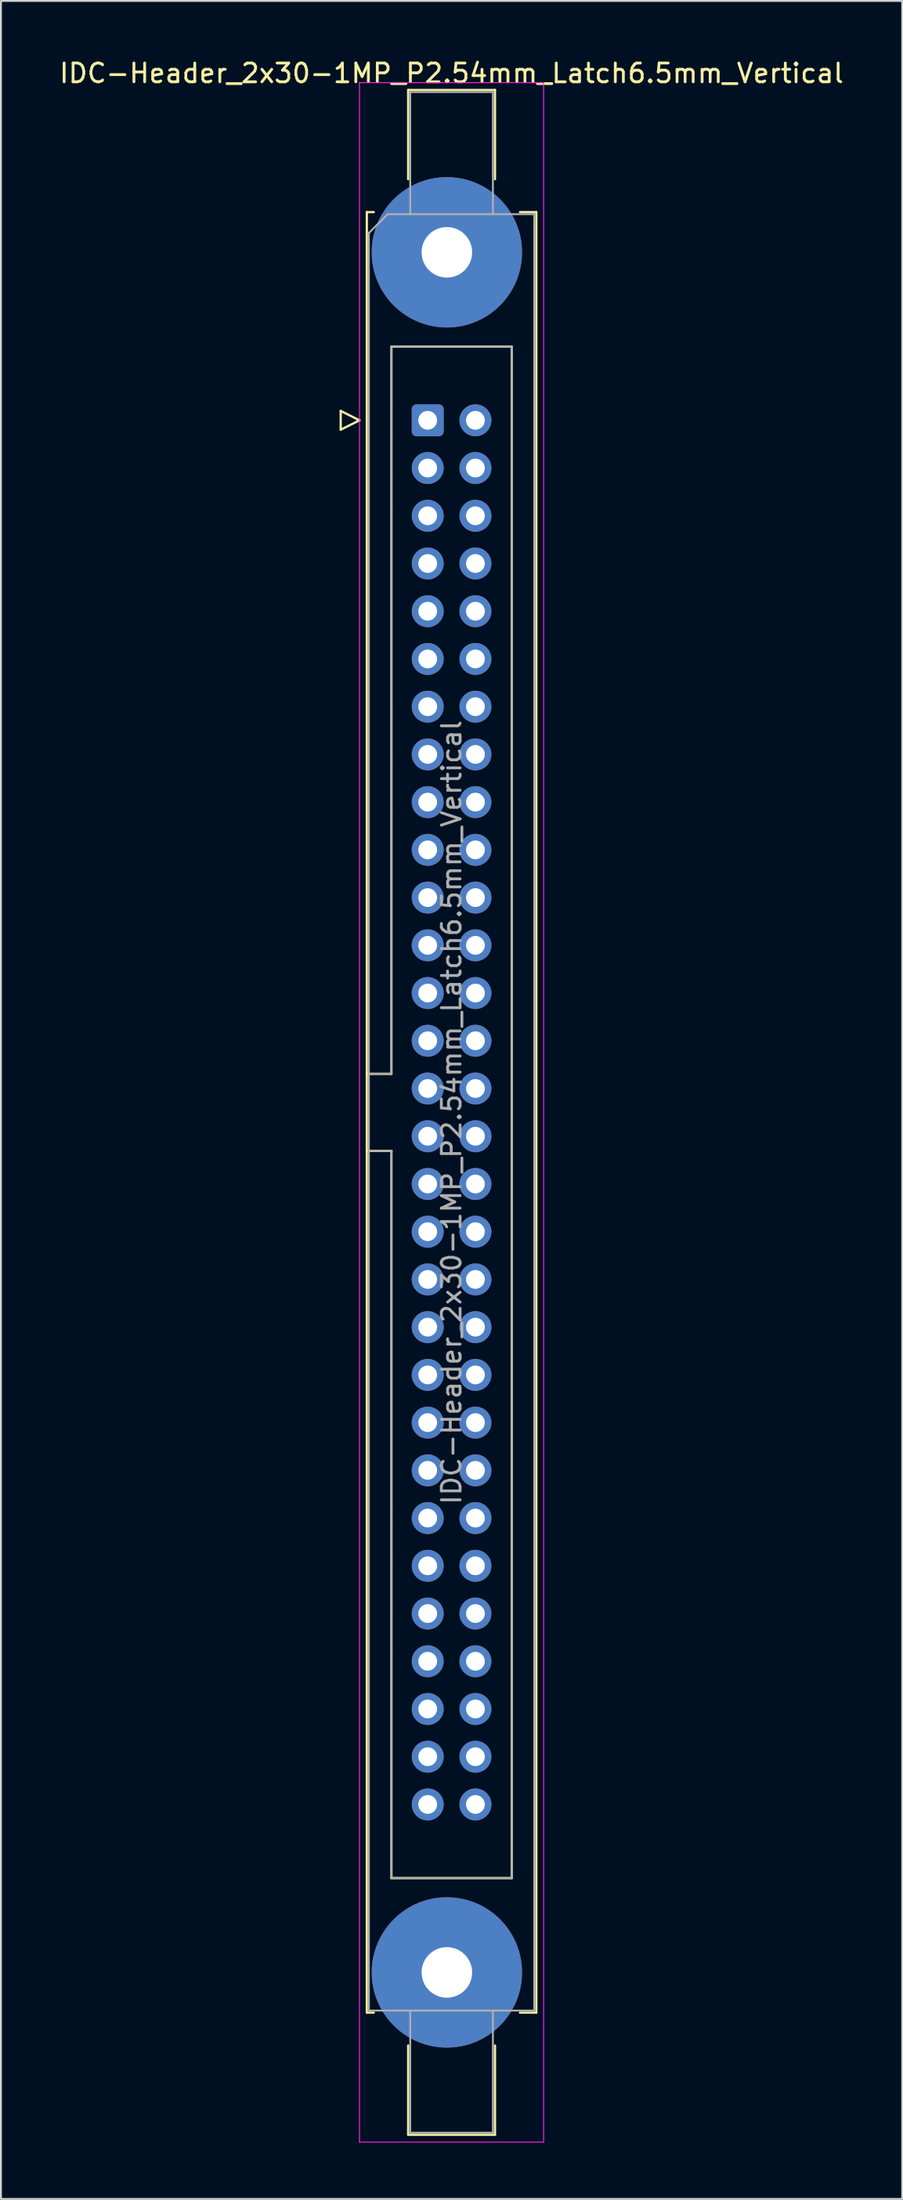
<source format=kicad_pcb>
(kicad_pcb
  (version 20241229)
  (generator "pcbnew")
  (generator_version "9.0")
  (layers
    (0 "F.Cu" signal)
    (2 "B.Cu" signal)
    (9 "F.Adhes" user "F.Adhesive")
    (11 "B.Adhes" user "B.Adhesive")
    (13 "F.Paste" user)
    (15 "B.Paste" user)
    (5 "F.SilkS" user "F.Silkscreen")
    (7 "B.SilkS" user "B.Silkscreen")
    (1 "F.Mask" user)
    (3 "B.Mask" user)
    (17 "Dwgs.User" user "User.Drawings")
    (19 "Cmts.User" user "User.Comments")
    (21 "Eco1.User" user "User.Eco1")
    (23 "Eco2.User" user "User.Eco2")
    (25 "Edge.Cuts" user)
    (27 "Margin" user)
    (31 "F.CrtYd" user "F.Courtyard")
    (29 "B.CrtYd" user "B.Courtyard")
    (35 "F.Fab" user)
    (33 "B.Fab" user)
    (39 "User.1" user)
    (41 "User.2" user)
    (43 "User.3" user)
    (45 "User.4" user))
  (footprint "IDC-Header_2x30-1MP_P2.54mm_Latch6.5mm_Vertical"
    (layer "F.Cu")
    (at 19.712 19.318)
    (property "Reference" "IDC-Header_2x30-1MP_P2.54mm_Latch6.5mm_Vertical" (at 1.27 -18.47 0) (layer "F.SilkS") (effects (font (size 1 1) (thickness 0.15))))
    (attr through_hole)
    (fp_line (start -4.63 -0.5) (end -4.63 0.5) (stroke (width 0.12) (type solid)) (layer "F.SilkS"))
    (fp_line (start -4.63 0.5) (end -3.63 0) (stroke (width 0.12) (type solid)) (layer "F.SilkS"))
    (fp_line (start -3.63 0) (end -4.63 -0.5) (stroke (width 0.12) (type solid)) (layer "F.SilkS"))
    (fp_line (start -3.24 -11.08) (end -3.24 84.74) (stroke (width 0.12) (type solid)) (layer "F.SilkS"))
    (fp_line (start -3.24 34.78) (end -1.93 34.78) (stroke (width 0.12) (type solid)) (layer "F.SilkS"))
    (fp_line (start -3.24 84.74) (end -2.87 84.74) (stroke (width 0.12) (type solid)) (layer "F.SilkS"))
    (fp_line (start -2.87 -11.08) (end -3.24 -11.08) (stroke (width 0.12) (type solid)) (layer "F.SilkS"))
    (fp_line (start -1.93 -3.92) (end 4.47 -3.92) (stroke (width 0.12) (type solid)) (layer "F.SilkS"))
    (fp_line (start -1.93 34.78) (end -1.93 -3.92) (stroke (width 0.12) (type solid)) (layer "F.SilkS"))
    (fp_line (start -1.93 38.88) (end -3.24 38.88) (stroke (width 0.12) (type solid)) (layer "F.SilkS"))
    (fp_line (start -1.93 38.88) (end -1.93 38.88) (stroke (width 0.12) (type solid)) (layer "F.SilkS"))
    (fp_line (start -1.93 77.58) (end -1.93 38.88) (stroke (width 0.12) (type solid)) (layer "F.SilkS"))
    (fp_line (start -1.04 -17.58) (end 3.58 -17.58) (stroke (width 0.12) (type solid)) (layer "F.SilkS"))
    (fp_line (start -1.04 -12.83) (end -1.04 -17.58) (stroke (width 0.12) (type solid)) (layer "F.SilkS"))
    (fp_line (start -1.04 86.49) (end -1.04 91.24) (stroke (width 0.12) (type solid)) (layer "F.SilkS"))
    (fp_line (start -1.04 91.24) (end 3.58 91.24) (stroke (width 0.12) (type solid)) (layer "F.SilkS"))
    (fp_line (start 3.58 -17.58) (end 3.58 -12.83) (stroke (width 0.12) (type solid)) (layer "F.SilkS"))
    (fp_line (start 3.58 91.24) (end 3.58 86.49) (stroke (width 0.12) (type solid)) (layer "F.SilkS"))
    (fp_line (start 4.47 -3.92) (end 4.47 77.58) (stroke (width 0.12) (type solid)) (layer "F.SilkS"))
    (fp_line (start 4.47 77.58) (end -1.93 77.58) (stroke (width 0.12) (type solid)) (layer "F.SilkS"))
    (fp_line (start 4.91 -11.08) (end 5.78 -11.08) (stroke (width 0.12) (type solid)) (layer "F.SilkS"))
    (fp_line (start 5.78 -11.08) (end 5.78 84.74) (stroke (width 0.12) (type solid)) (layer "F.SilkS"))
    (fp_line (start 5.78 84.74) (end 4.91 84.74) (stroke (width 0.12) (type solid)) (layer "F.SilkS"))
    (fp_line (start -3.63 -17.97) (end -3.63 91.63) (stroke (width 0.05) (type solid)) (layer "F.CrtYd"))
    (fp_line (start -3.63 91.63) (end 6.17 91.63) (stroke (width 0.05) (type solid)) (layer "F.CrtYd"))
    (fp_line (start 6.17 -17.97) (end -3.63 -17.97) (stroke (width 0.05) (type solid)) (layer "F.CrtYd"))
    (fp_line (start 6.17 91.63) (end 6.17 -17.97) (stroke (width 0.05) (type solid)) (layer "F.CrtYd"))
    (fp_line (start -3.13 -9.97) (end -2.13 -10.97) (stroke (width 0.1) (type solid)) (layer "F.Fab"))
    (fp_line (start -3.13 34.78) (end -1.93 34.78) (stroke (width 0.1) (type solid)) (layer "F.Fab"))
    (fp_line (start -3.13 84.63) (end -3.13 -9.97) (stroke (width 0.1) (type solid)) (layer "F.Fab"))
    (fp_line (start -2.13 -10.97) (end 5.67 -10.97) (stroke (width 0.1) (type solid)) (layer "F.Fab"))
    (fp_line (start -1.93 -3.92) (end 4.47 -3.92) (stroke (width 0.1) (type solid)) (layer "F.Fab"))
    (fp_line (start -1.93 34.78) (end -1.93 -3.92) (stroke (width 0.1) (type solid)) (layer "F.Fab"))
    (fp_line (start -1.93 38.88) (end -3.13 38.88) (stroke (width 0.1) (type solid)) (layer "F.Fab"))
    (fp_line (start -1.93 38.88) (end -1.93 38.88) (stroke (width 0.1) (type solid)) (layer "F.Fab"))
    (fp_line (start -1.93 77.58) (end -1.93 38.88) (stroke (width 0.1) (type solid)) (layer "F.Fab"))
    (fp_line (start -0.93 -17.47) (end 3.47 -17.47) (stroke (width 0.1) (type solid)) (layer "F.Fab"))
    (fp_line (start -0.93 -10.97) (end -0.93 -17.47) (stroke (width 0.1) (type solid)) (layer "F.Fab"))
    (fp_line (start -0.93 84.63) (end -0.93 91.13) (stroke (width 0.1) (type solid)) (layer "F.Fab"))
    (fp_line (start -0.93 91.13) (end 3.47 91.13) (stroke (width 0.1) (type solid)) (layer "F.Fab"))
    (fp_line (start 3.47 -17.47) (end 3.47 -10.97) (stroke (width 0.1) (type solid)) (layer "F.Fab"))
    (fp_line (start 3.47 91.13) (end 3.47 84.63) (stroke (width 0.1) (type solid)) (layer "F.Fab"))
    (fp_line (start 4.47 -3.92) (end 4.47 77.58) (stroke (width 0.1) (type solid)) (layer "F.Fab"))
    (fp_line (start 4.47 77.58) (end -1.93 77.58) (stroke (width 0.1) (type solid)) (layer "F.Fab"))
    (fp_line (start 5.67 -10.97) (end 5.67 84.63) (stroke (width 0.1) (type solid)) (layer "F.Fab"))
    (fp_line (start 5.67 84.63) (end -3.13 84.63) (stroke (width 0.1) (type solid)) (layer "F.Fab"))
    (fp_text user "${REFERENCE}" (at 1.27 36.83 90) (layer "F.Fab") (effects (font (size 1 1) (thickness 0.15))))
    (pad "1" thru_hole roundrect (at 0 0) (size 1.7 1.7) (drill 1) (layers "*.Cu" "*.Mask") (roundrect_rratio 0.147))
    (pad "2" thru_hole circle (at 2.54 0) (size 1.7 1.7) (drill 1) (layers "*.Cu" "*.Mask"))
    (pad "3" thru_hole circle (at 0 2.54) (size 1.7 1.7) (drill 1) (layers "*.Cu" "*.Mask"))
    (pad "4" thru_hole circle (at 2.54 2.54) (size 1.7 1.7) (drill 1) (layers "*.Cu" "*.Mask"))
    (pad "5" thru_hole circle (at 0 5.08) (size 1.7 1.7) (drill 1) (layers "*.Cu" "*.Mask"))
    (pad "6" thru_hole circle (at 2.54 5.08) (size 1.7 1.7) (drill 1) (layers "*.Cu" "*.Mask"))
    (pad "7" thru_hole circle (at 0 7.62) (size 1.7 1.7) (drill 1) (layers "*.Cu" "*.Mask"))
    (pad "8" thru_hole circle (at 2.54 7.62) (size 1.7 1.7) (drill 1) (layers "*.Cu" "*.Mask"))
    (pad "9" thru_hole circle (at 0 10.16) (size 1.7 1.7) (drill 1) (layers "*.Cu" "*.Mask"))
    (pad "10" thru_hole circle (at 2.54 10.16) (size 1.7 1.7) (drill 1) (layers "*.Cu" "*.Mask"))
    (pad "11" thru_hole circle (at 0 12.7) (size 1.7 1.7) (drill 1) (layers "*.Cu" "*.Mask"))
    (pad "12" thru_hole circle (at 2.54 12.7) (size 1.7 1.7) (drill 1) (layers "*.Cu" "*.Mask"))
    (pad "13" thru_hole circle (at 0 15.24) (size 1.7 1.7) (drill 1) (layers "*.Cu" "*.Mask"))
    (pad "14" thru_hole circle (at 2.54 15.24) (size 1.7 1.7) (drill 1) (layers "*.Cu" "*.Mask"))
    (pad "15" thru_hole circle (at 0 17.78) (size 1.7 1.7) (drill 1) (layers "*.Cu" "*.Mask"))
    (pad "16" thru_hole circle (at 2.54 17.78) (size 1.7 1.7) (drill 1) (layers "*.Cu" "*.Mask"))
    (pad "17" thru_hole circle (at 0 20.32) (size 1.7 1.7) (drill 1) (layers "*.Cu" "*.Mask"))
    (pad "18" thru_hole circle (at 2.54 20.32) (size 1.7 1.7) (drill 1) (layers "*.Cu" "*.Mask"))
    (pad "19" thru_hole circle (at 0 22.86) (size 1.7 1.7) (drill 1) (layers "*.Cu" "*.Mask"))
    (pad "20" thru_hole circle (at 2.54 22.86) (size 1.7 1.7) (drill 1) (layers "*.Cu" "*.Mask"))
    (pad "21" thru_hole circle (at 0 25.4) (size 1.7 1.7) (drill 1) (layers "*.Cu" "*.Mask"))
    (pad "22" thru_hole circle (at 2.54 25.4) (size 1.7 1.7) (drill 1) (layers "*.Cu" "*.Mask"))
    (pad "23" thru_hole circle (at 0 27.94) (size 1.7 1.7) (drill 1) (layers "*.Cu" "*.Mask"))
    (pad "24" thru_hole circle (at 2.54 27.94) (size 1.7 1.7) (drill 1) (layers "*.Cu" "*.Mask"))
    (pad "25" thru_hole circle (at 0 30.48) (size 1.7 1.7) (drill 1) (layers "*.Cu" "*.Mask"))
    (pad "26" thru_hole circle (at 2.54 30.48) (size 1.7 1.7) (drill 1) (layers "*.Cu" "*.Mask"))
    (pad "27" thru_hole circle (at 0 33.02) (size 1.7 1.7) (drill 1) (layers "*.Cu" "*.Mask"))
    (pad "28" thru_hole circle (at 2.54 33.02) (size 1.7 1.7) (drill 1) (layers "*.Cu" "*.Mask"))
    (pad "29" thru_hole circle (at 0 35.56) (size 1.7 1.7) (drill 1) (layers "*.Cu" "*.Mask"))
    (pad "30" thru_hole circle (at 2.54 35.56) (size 1.7 1.7) (drill 1) (layers "*.Cu" "*.Mask"))
    (pad "31" thru_hole circle (at 0 38.1) (size 1.7 1.7) (drill 1) (layers "*.Cu" "*.Mask"))
    (pad "32" thru_hole circle (at 2.54 38.1) (size 1.7 1.7) (drill 1) (layers "*.Cu" "*.Mask"))
    (pad "33" thru_hole circle (at 0 40.64) (size 1.7 1.7) (drill 1) (layers "*.Cu" "*.Mask"))
    (pad "34" thru_hole circle (at 2.54 40.64) (size 1.7 1.7) (drill 1) (layers "*.Cu" "*.Mask"))
    (pad "35" thru_hole circle (at 0 43.18) (size 1.7 1.7) (drill 1) (layers "*.Cu" "*.Mask"))
    (pad "36" thru_hole circle (at 2.54 43.18) (size 1.7 1.7) (drill 1) (layers "*.Cu" "*.Mask"))
    (pad "37" thru_hole circle (at 0 45.72) (size 1.7 1.7) (drill 1) (layers "*.Cu" "*.Mask"))
    (pad "38" thru_hole circle (at 2.54 45.72) (size 1.7 1.7) (drill 1) (layers "*.Cu" "*.Mask"))
    (pad "39" thru_hole circle (at 0 48.26) (size 1.7 1.7) (drill 1) (layers "*.Cu" "*.Mask"))
    (pad "40" thru_hole circle (at 2.54 48.26) (size 1.7 1.7) (drill 1) (layers "*.Cu" "*.Mask"))
    (pad "41" thru_hole circle (at 0 50.8) (size 1.7 1.7) (drill 1) (layers "*.Cu" "*.Mask"))
    (pad "42" thru_hole circle (at 2.54 50.8) (size 1.7 1.7) (drill 1) (layers "*.Cu" "*.Mask"))
    (pad "43" thru_hole circle (at 0 53.34) (size 1.7 1.7) (drill 1) (layers "*.Cu" "*.Mask"))
    (pad "44" thru_hole circle (at 2.54 53.34) (size 1.7 1.7) (drill 1) (layers "*.Cu" "*.Mask"))
    (pad "45" thru_hole circle (at 0 55.88) (size 1.7 1.7) (drill 1) (layers "*.Cu" "*.Mask"))
    (pad "46" thru_hole circle (at 2.54 55.88) (size 1.7 1.7) (drill 1) (layers "*.Cu" "*.Mask"))
    (pad "47" thru_hole circle (at 0 58.42) (size 1.7 1.7) (drill 1) (layers "*.Cu" "*.Mask"))
    (pad "48" thru_hole circle (at 2.54 58.42) (size 1.7 1.7) (drill 1) (layers "*.Cu" "*.Mask"))
    (pad "49" thru_hole circle (at 0 60.96) (size 1.7 1.7) (drill 1) (layers "*.Cu" "*.Mask"))
    (pad "50" thru_hole circle (at 2.54 60.96) (size 1.7 1.7) (drill 1) (layers "*.Cu" "*.Mask"))
    (pad "51" thru_hole circle (at 0 63.5) (size 1.7 1.7) (drill 1) (layers "*.Cu" "*.Mask"))
    (pad "52" thru_hole circle (at 2.54 63.5) (size 1.7 1.7) (drill 1) (layers "*.Cu" "*.Mask"))
    (pad "53" thru_hole circle (at 0 66.04) (size 1.7 1.7) (drill 1) (layers "*.Cu" "*.Mask"))
    (pad "54" thru_hole circle (at 2.54 66.04) (size 1.7 1.7) (drill 1) (layers "*.Cu" "*.Mask"))
    (pad "55" thru_hole circle (at 0 68.58) (size 1.7 1.7) (drill 1) (layers "*.Cu" "*.Mask"))
    (pad "56" thru_hole circle (at 2.54 68.58) (size 1.7 1.7) (drill 1) (layers "*.Cu" "*.Mask"))
    (pad "57" thru_hole circle (at 0 71.12) (size 1.7 1.7) (drill 1) (layers "*.Cu" "*.Mask"))
    (pad "58" thru_hole circle (at 2.54 71.12) (size 1.7 1.7) (drill 1) (layers "*.Cu" "*.Mask"))
    (pad "59" thru_hole circle (at 0 73.66) (size 1.7 1.7) (drill 1) (layers "*.Cu" "*.Mask"))
    (pad "60" thru_hole circle (at 2.54 73.66) (size 1.7 1.7) (drill 1) (layers "*.Cu" "*.Mask"))
    (pad "MP" thru_hole circle (at 1.02 -8.94) (size 8 8) (drill 2.69) (layers "*.Cu" "*.Mask"))
    (pad "MP" thru_hole circle (at 1.02 82.6) (size 8 8) (drill 2.69) (layers "*.Cu" "*.Mask")))
  (gr_rect
    (start -3 -3)
    (end 44.964 113.973)
    (stroke (width 0.1) (type default))
    (fill no)
    (layer "Edge.Cuts")))
</source>
